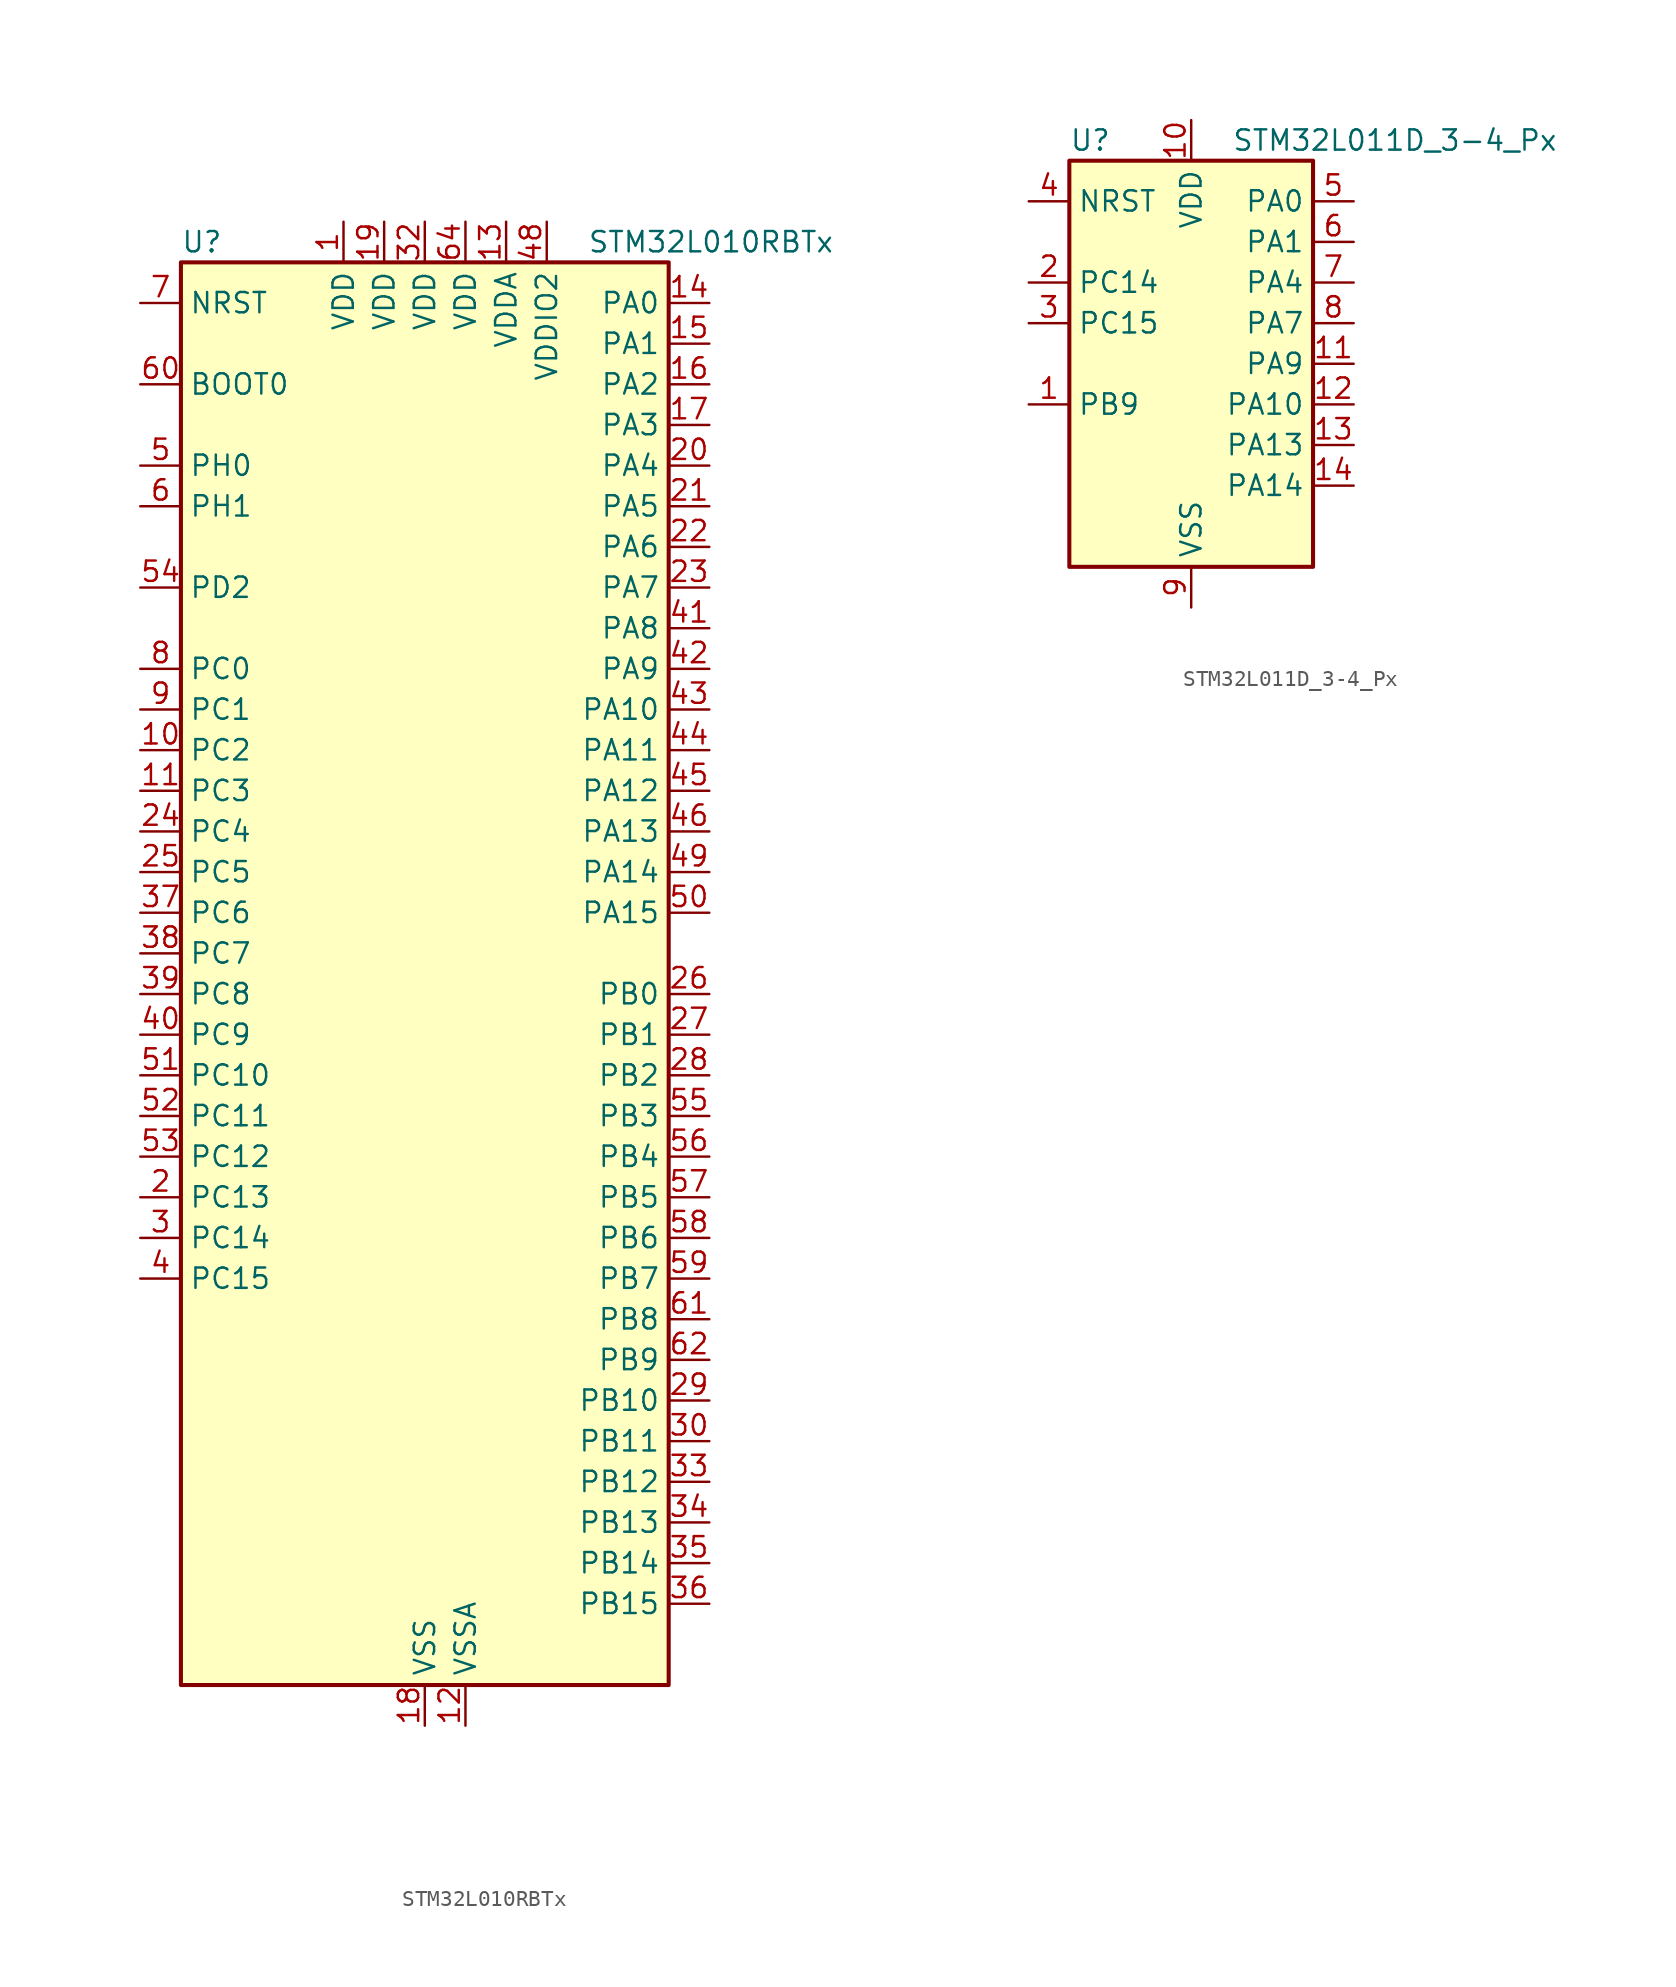
<source format=kicad_sym>
(kicad_symbol_lib
  (version 20231120)
  (generator "kicad_symbol_editor")
  (generator_version "8.0")
  (symbol "STM32L010RBTx"
    (property "Reference" "U"
      (at -15.24 46.99 0)
      (effects (font (size 1.27 1.27)) (justify left)))
    (property "Value" "STM32L010RBTx"
      (at 10.16 46.99 0)
      (effects (font (size 1.27 1.27)) (justify left)))
    (property "ki_locked" ""
      (at 0 0 0)
      (effects (font (size 1.27 1.27))))
    (symbol "STM32L010RBTx_0_1"
      (rectangle (start -15.24 -43.18) (end 15.24 45.72) (stroke (width 0.254) (type default)) (fill (type background))))
    (symbol "STM32L010RBTx_1_1"
      (pin power_in line (at -5.08 48.26 270) (length 2.54) (name "VDD" (effects (font (size 1.27 1.27)))) (number "1" (effects (font (size 1.27 1.27)))))
      (pin bidirectional line (at -17.78 15.24 0) (length 2.54) (name "PC2" (effects (font (size 1.27 1.27)))) (number "10" (effects (font (size 1.27 1.27)))) (alternate "ADC_IN12" bidirectional line) (alternate "LPTIM1_IN2" bidirectional line))
      (pin bidirectional line (at -17.78 12.7 0) (length 2.54) (name "PC3" (effects (font (size 1.27 1.27)))) (number "11" (effects (font (size 1.27 1.27)))) (alternate "ADC_IN13" bidirectional line) (alternate "LPTIM1_ETR" bidirectional line))
      (pin power_in line (at 2.54 -45.72 90) (length 2.54) (name "VSSA" (effects (font (size 1.27 1.27)))) (number "12" (effects (font (size 1.27 1.27)))))
      (pin power_in line (at 5.08 48.26 270) (length 2.54) (name "VDDA" (effects (font (size 1.27 1.27)))) (number "13" (effects (font (size 1.27 1.27)))))
      (pin bidirectional line (at 17.78 43.18 180) (length 2.54) (name "PA0" (effects (font (size 1.27 1.27)))) (number "14" (effects (font (size 1.27 1.27)))) (alternate "ADC_IN0" bidirectional line) (alternate "RTC_TAMP2" bidirectional line) (alternate "SYS_WKUP1" bidirectional line) (alternate "TIM2_CH1" bidirectional line) (alternate "TIM2_ETR" bidirectional line) (alternate "USART2_CTS" bidirectional line))
      (pin bidirectional line (at 17.78 40.64 180) (length 2.54) (name "PA1" (effects (font (size 1.27 1.27)))) (number "15" (effects (font (size 1.27 1.27)))) (alternate "ADC_IN1" bidirectional line) (alternate "TIM21_ETR" bidirectional line) (alternate "TIM2_CH2" bidirectional line) (alternate "USART2_DE" bidirectional line) (alternate "USART2_RTS" bidirectional line))
      (pin bidirectional line (at 17.78 38.1 180) (length 2.54) (name "PA2" (effects (font (size 1.27 1.27)))) (number "16" (effects (font (size 1.27 1.27)))) (alternate "ADC_IN2" bidirectional line) (alternate "LPUART1_TX" bidirectional line) (alternate "TIM21_CH1" bidirectional line) (alternate "TIM2_CH3" bidirectional line) (alternate "USART2_TX" bidirectional line))
      (pin bidirectional line (at 17.78 35.56 180) (length 2.54) (name "PA3" (effects (font (size 1.27 1.27)))) (number "17" (effects (font (size 1.27 1.27)))) (alternate "ADC_IN3" bidirectional line) (alternate "LPUART1_RX" bidirectional line) (alternate "TIM21_CH2" bidirectional line) (alternate "TIM2_CH4" bidirectional line) (alternate "USART2_RX" bidirectional line))
      (pin power_in line (at 0 -45.72 90) (length 2.54) (name "VSS" (effects (font (size 1.27 1.27)))) (number "18" (effects (font (size 1.27 1.27)))))
      (pin power_in line (at -2.54 48.26 270) (length 2.54) (name "VDD" (effects (font (size 1.27 1.27)))) (number "19" (effects (font (size 1.27 1.27)))))
      (pin bidirectional line (at -17.78 -12.7 0) (length 2.54) (name "PC13" (effects (font (size 1.27 1.27)))) (number "2" (effects (font (size 1.27 1.27)))) (alternate "RTC_OUT_ALARM" bidirectional line) (alternate "RTC_OUT_CALIB" bidirectional line) (alternate "RTC_TAMP1" bidirectional line) (alternate "RTC_TS" bidirectional line) (alternate "SYS_WKUP2" bidirectional line))
      (pin bidirectional line (at 17.78 33.02 180) (length 2.54) (name "PA4" (effects (font (size 1.27 1.27)))) (number "20" (effects (font (size 1.27 1.27)))) (alternate "ADC_IN4" bidirectional line) (alternate "SPI1_NSS" bidirectional line) (alternate "TIM22_ETR" bidirectional line) (alternate "USART2_CK" bidirectional line))
      (pin bidirectional line (at 17.78 30.48 180) (length 2.54) (name "PA5" (effects (font (size 1.27 1.27)))) (number "21" (effects (font (size 1.27 1.27)))) (alternate "ADC_IN5" bidirectional line) (alternate "SPI1_SCK" bidirectional line) (alternate "TIM2_CH1" bidirectional line) (alternate "TIM2_ETR" bidirectional line))
      (pin bidirectional line (at 17.78 27.94 180) (length 2.54) (name "PA6" (effects (font (size 1.27 1.27)))) (number "22" (effects (font (size 1.27 1.27)))) (alternate "ADC_IN6" bidirectional line) (alternate "LPUART1_CTS" bidirectional line) (alternate "SPI1_MISO" bidirectional line) (alternate "TIM22_CH1" bidirectional line))
      (pin bidirectional line (at 17.78 25.4 180) (length 2.54) (name "PA7" (effects (font (size 1.27 1.27)))) (number "23" (effects (font (size 1.27 1.27)))) (alternate "ADC_IN7" bidirectional line) (alternate "SPI1_MOSI" bidirectional line) (alternate "TIM22_CH2" bidirectional line))
      (pin bidirectional line (at -17.78 10.16 0) (length 2.54) (name "PC4" (effects (font (size 1.27 1.27)))) (number "24" (effects (font (size 1.27 1.27)))) (alternate "ADC_IN14" bidirectional line) (alternate "LPUART1_TX" bidirectional line))
      (pin bidirectional line (at -17.78 7.62 0) (length 2.54) (name "PC5" (effects (font (size 1.27 1.27)))) (number "25" (effects (font (size 1.27 1.27)))) (alternate "ADC_IN15" bidirectional line) (alternate "LPUART1_RX" bidirectional line))
      (pin bidirectional line (at 17.78 0 180) (length 2.54) (name "PB0" (effects (font (size 1.27 1.27)))) (number "26" (effects (font (size 1.27 1.27)))) (alternate "ADC_IN8" bidirectional line) (alternate "SYS_VREF_OUT_PB0" bidirectional line))
      (pin bidirectional line (at 17.78 -2.54 180) (length 2.54) (name "PB1" (effects (font (size 1.27 1.27)))) (number "27" (effects (font (size 1.27 1.27)))) (alternate "ADC_IN9" bidirectional line) (alternate "LPUART1_DE" bidirectional line) (alternate "LPUART1_RTS" bidirectional line) (alternate "SYS_VREF_OUT_PB1" bidirectional line))
      (pin bidirectional line (at 17.78 -5.08 180) (length 2.54) (name "PB2" (effects (font (size 1.27 1.27)))) (number "28" (effects (font (size 1.27 1.27)))) (alternate "LPTIM1_OUT" bidirectional line))
      (pin bidirectional line (at 17.78 -25.4 180) (length 2.54) (name "PB10" (effects (font (size 1.27 1.27)))) (number "29" (effects (font (size 1.27 1.27)))) (alternate "LPUART1_RX" bidirectional line) (alternate "LPUART1_TX" bidirectional line) (alternate "TIM2_CH3" bidirectional line))
      (pin bidirectional line (at -17.78 -15.24 0) (length 2.54) (name "PC14" (effects (font (size 1.27 1.27)))) (number "3" (effects (font (size 1.27 1.27)))) (alternate "RCC_OSC32_IN" bidirectional line))
      (pin bidirectional line (at 17.78 -27.94 180) (length 2.54) (name "PB11" (effects (font (size 1.27 1.27)))) (number "30" (effects (font (size 1.27 1.27)))) (alternate "ADC_EXTI11" bidirectional line) (alternate "LPUART1_RX" bidirectional line) (alternate "LPUART1_TX" bidirectional line) (alternate "TIM2_CH4" bidirectional line))
      (pin passive line (at 0 -45.72 90) (length 2.54) hide (name "VSS" (effects (font (size 1.27 1.27)))) (number "31" (effects (font (size 1.27 1.27)))))
      (pin power_in line (at 0 48.26 270) (length 2.54) (name "VDD" (effects (font (size 1.27 1.27)))) (number "32" (effects (font (size 1.27 1.27)))))
      (pin bidirectional line (at 17.78 -30.48 180) (length 2.54) (name "PB12" (effects (font (size 1.27 1.27)))) (number "33" (effects (font (size 1.27 1.27)))) (alternate "LPUART1_DE" bidirectional line) (alternate "LPUART1_RTS" bidirectional line))
      (pin bidirectional line (at 17.78 -33.02 180) (length 2.54) (name "PB13" (effects (font (size 1.27 1.27)))) (number "34" (effects (font (size 1.27 1.27)))) (alternate "LPUART1_CTS" bidirectional line) (alternate "RCC_MCO" bidirectional line) (alternate "TIM21_CH1" bidirectional line))
      (pin bidirectional line (at 17.78 -35.56 180) (length 2.54) (name "PB14" (effects (font (size 1.27 1.27)))) (number "35" (effects (font (size 1.27 1.27)))) (alternate "LPUART1_DE" bidirectional line) (alternate "LPUART1_RTS" bidirectional line) (alternate "RTC_OUT_ALARM" bidirectional line) (alternate "RTC_OUT_CALIB" bidirectional line) (alternate "TIM21_CH2" bidirectional line))
      (pin bidirectional line (at 17.78 -38.1 180) (length 2.54) (name "PB15" (effects (font (size 1.27 1.27)))) (number "36" (effects (font (size 1.27 1.27)))) (alternate "RTC_REFIN" bidirectional line))
      (pin bidirectional line (at -17.78 5.08 0) (length 2.54) (name "PC6" (effects (font (size 1.27 1.27)))) (number "37" (effects (font (size 1.27 1.27)))) (alternate "TIM22_CH1" bidirectional line))
      (pin bidirectional line (at -17.78 2.54 0) (length 2.54) (name "PC7" (effects (font (size 1.27 1.27)))) (number "38" (effects (font (size 1.27 1.27)))) (alternate "TIM22_CH2" bidirectional line))
      (pin bidirectional line (at -17.78 0 0) (length 2.54) (name "PC8" (effects (font (size 1.27 1.27)))) (number "39" (effects (font (size 1.27 1.27)))) (alternate "TIM22_ETR" bidirectional line))
      (pin bidirectional line (at -17.78 -17.78 0) (length 2.54) (name "PC15" (effects (font (size 1.27 1.27)))) (number "4" (effects (font (size 1.27 1.27)))) (alternate "RCC_OSC32_OUT" bidirectional line))
      (pin bidirectional line (at -17.78 -2.54 0) (length 2.54) (name "PC9" (effects (font (size 1.27 1.27)))) (number "40" (effects (font (size 1.27 1.27)))) (alternate "TIM21_ETR" bidirectional line))
      (pin bidirectional line (at 17.78 22.86 180) (length 2.54) (name "PA8" (effects (font (size 1.27 1.27)))) (number "41" (effects (font (size 1.27 1.27)))) (alternate "RCC_MCO" bidirectional line))
      (pin bidirectional line (at 17.78 20.32 180) (length 2.54) (name "PA9" (effects (font (size 1.27 1.27)))) (number "42" (effects (font (size 1.27 1.27)))) (alternate "I2C1_SCL" bidirectional line) (alternate "RCC_MCO" bidirectional line))
      (pin bidirectional line (at 17.78 17.78 180) (length 2.54) (name "PA10" (effects (font (size 1.27 1.27)))) (number "43" (effects (font (size 1.27 1.27)))) (alternate "I2C1_SDA" bidirectional line))
      (pin bidirectional line (at 17.78 15.24 180) (length 2.54) (name "PA11" (effects (font (size 1.27 1.27)))) (number "44" (effects (font (size 1.27 1.27)))) (alternate "ADC_EXTI11" bidirectional line) (alternate "SPI1_MISO" bidirectional line))
      (pin bidirectional line (at 17.78 12.7 180) (length 2.54) (name "PA12" (effects (font (size 1.27 1.27)))) (number "45" (effects (font (size 1.27 1.27)))) (alternate "SPI1_MOSI" bidirectional line))
      (pin bidirectional line (at 17.78 10.16 180) (length 2.54) (name "PA13" (effects (font (size 1.27 1.27)))) (number "46" (effects (font (size 1.27 1.27)))) (alternate "LPUART1_RX" bidirectional line) (alternate "SYS_SWDIO" bidirectional line))
      (pin passive line (at 0 -45.72 90) (length 2.54) hide (name "VSS" (effects (font (size 1.27 1.27)))) (number "47" (effects (font (size 1.27 1.27)))))
      (pin power_in line (at 7.62 48.26 270) (length 2.54) (name "VDDIO2" (effects (font (size 1.27 1.27)))) (number "48" (effects (font (size 1.27 1.27)))))
      (pin bidirectional line (at 17.78 7.62 180) (length 2.54) (name "PA14" (effects (font (size 1.27 1.27)))) (number "49" (effects (font (size 1.27 1.27)))) (alternate "LPUART1_TX" bidirectional line) (alternate "SYS_SWCLK" bidirectional line) (alternate "USART2_TX" bidirectional line))
      (pin bidirectional line (at -17.78 33.02 0) (length 2.54) (name "PH0" (effects (font (size 1.27 1.27)))) (number "5" (effects (font (size 1.27 1.27)))) (alternate "RCC_OSC_IN" bidirectional line))
      (pin bidirectional line (at 17.78 5.08 180) (length 2.54) (name "PA15" (effects (font (size 1.27 1.27)))) (number "50" (effects (font (size 1.27 1.27)))) (alternate "SPI1_NSS" bidirectional line) (alternate "TIM2_CH1" bidirectional line) (alternate "TIM2_ETR" bidirectional line) (alternate "USART2_RX" bidirectional line))
      (pin bidirectional line (at -17.78 -5.08 0) (length 2.54) (name "PC10" (effects (font (size 1.27 1.27)))) (number "51" (effects (font (size 1.27 1.27)))) (alternate "LPUART1_TX" bidirectional line))
      (pin bidirectional line (at -17.78 -7.62 0) (length 2.54) (name "PC11" (effects (font (size 1.27 1.27)))) (number "52" (effects (font (size 1.27 1.27)))) (alternate "ADC_EXTI11" bidirectional line) (alternate "LPUART1_RX" bidirectional line))
      (pin bidirectional line (at -17.78 -10.16 0) (length 2.54) (name "PC12" (effects (font (size 1.27 1.27)))) (number "53" (effects (font (size 1.27 1.27)))))
      (pin bidirectional line (at -17.78 25.4 0) (length 2.54) (name "PD2" (effects (font (size 1.27 1.27)))) (number "54" (effects (font (size 1.27 1.27)))) (alternate "LPUART1_DE" bidirectional line) (alternate "LPUART1_RTS" bidirectional line))
      (pin bidirectional line (at 17.78 -7.62 180) (length 2.54) (name "PB3" (effects (font (size 1.27 1.27)))) (number "55" (effects (font (size 1.27 1.27)))) (alternate "SPI1_SCK" bidirectional line) (alternate "TIM2_CH2" bidirectional line))
      (pin bidirectional line (at 17.78 -10.16 180) (length 2.54) (name "PB4" (effects (font (size 1.27 1.27)))) (number "56" (effects (font (size 1.27 1.27)))) (alternate "SPI1_MISO" bidirectional line) (alternate "TIM22_CH1" bidirectional line))
      (pin bidirectional line (at 17.78 -12.7 180) (length 2.54) (name "PB5" (effects (font (size 1.27 1.27)))) (number "57" (effects (font (size 1.27 1.27)))) (alternate "I2C1_SMBA" bidirectional line) (alternate "LPTIM1_IN1" bidirectional line) (alternate "SPI1_MOSI" bidirectional line) (alternate "TIM22_CH2" bidirectional line))
      (pin bidirectional line (at 17.78 -15.24 180) (length 2.54) (name "PB6" (effects (font (size 1.27 1.27)))) (number "58" (effects (font (size 1.27 1.27)))) (alternate "I2C1_SCL" bidirectional line) (alternate "LPTIM1_ETR" bidirectional line))
      (pin bidirectional line (at 17.78 -17.78 180) (length 2.54) (name "PB7" (effects (font (size 1.27 1.27)))) (number "59" (effects (font (size 1.27 1.27)))) (alternate "I2C1_SDA" bidirectional line) (alternate "LPTIM1_IN2" bidirectional line) (alternate "SYS_PVD_IN" bidirectional line))
      (pin bidirectional line (at -17.78 30.48 0) (length 2.54) (name "PH1" (effects (font (size 1.27 1.27)))) (number "6" (effects (font (size 1.27 1.27)))) (alternate "RCC_OSC_OUT" bidirectional line))
      (pin input line (at -17.78 38.1 0) (length 2.54) (name "BOOT0" (effects (font (size 1.27 1.27)))) (number "60" (effects (font (size 1.27 1.27)))))
      (pin bidirectional line (at 17.78 -20.32 180) (length 2.54) (name "PB8" (effects (font (size 1.27 1.27)))) (number "61" (effects (font (size 1.27 1.27)))) (alternate "I2C1_SCL" bidirectional line))
      (pin bidirectional line (at 17.78 -22.86 180) (length 2.54) (name "PB9" (effects (font (size 1.27 1.27)))) (number "62" (effects (font (size 1.27 1.27)))) (alternate "I2C1_SDA" bidirectional line))
      (pin passive line (at 0 -45.72 90) (length 2.54) hide (name "VSS" (effects (font (size 1.27 1.27)))) (number "63" (effects (font (size 1.27 1.27)))))
      (pin power_in line (at 2.54 48.26 270) (length 2.54) (name "VDD" (effects (font (size 1.27 1.27)))) (number "64" (effects (font (size 1.27 1.27)))))
      (pin input line (at -17.78 43.18 0) (length 2.54) (name "NRST" (effects (font (size 1.27 1.27)))) (number "7" (effects (font (size 1.27 1.27)))))
      (pin bidirectional line (at -17.78 20.32 0) (length 2.54) (name "PC0" (effects (font (size 1.27 1.27)))) (number "8" (effects (font (size 1.27 1.27)))) (alternate "ADC_IN10" bidirectional line) (alternate "LPTIM1_IN1" bidirectional line) (alternate "LPUART1_RX" bidirectional line))
      (pin bidirectional line (at -17.78 17.78 0) (length 2.54) (name "PC1" (effects (font (size 1.27 1.27)))) (number "9" (effects (font (size 1.27 1.27)))) (alternate "ADC_IN11" bidirectional line) (alternate "LPTIM1_OUT" bidirectional line) (alternate "LPUART1_TX" bidirectional line))))
  (symbol "STM32L011D_3-4_Px"
    (property "Reference" "U"
      (at -7.62 13.97 0)
      (effects (font (size 1.27 1.27)) (justify left)))
    (property "Value" "STM32L011D_3-4_Px"
      (at 2.54 13.97 0)
      (effects (font (size 1.27 1.27)) (justify left)))
    (property "ki_locked" ""
      (at 0 0 0)
      (effects (font (size 1.27 1.27))))
    (symbol "STM32L011D_3-4_Px_0_1"
      (rectangle (start -7.62 -12.7) (end 7.62 12.7) (stroke (width 0.254) (type default)) (fill (type background))))
    (symbol "STM32L011D_3-4_Px_1_1"
      (pin bidirectional line (at -10.16 -2.54 0) (length 2.54) (name "PB9" (effects (font (size 1.27 1.27)))) (number "1" (effects (font (size 1.27 1.27)))))
      (pin power_in line (at 0 15.24 270) (length 2.54) (name "VDD" (effects (font (size 1.27 1.27)))) (number "10" (effects (font (size 1.27 1.27)))))
      (pin bidirectional line (at 10.16 0 180) (length 2.54) (name "PA9" (effects (font (size 1.27 1.27)))) (number "11" (effects (font (size 1.27 1.27)))) (alternate "COMP1_OUT" bidirectional line) (alternate "I2C1_SCL" bidirectional line) (alternate "LPTIM1_OUT" bidirectional line) (alternate "RCC_MCO" bidirectional line) (alternate "TIM21_CH2" bidirectional line) (alternate "USART2_TX" bidirectional line))
      (pin bidirectional line (at 10.16 -2.54 180) (length 2.54) (name "PA10" (effects (font (size 1.27 1.27)))) (number "12" (effects (font (size 1.27 1.27)))) (alternate "COMP1_OUT" bidirectional line) (alternate "I2C1_SDA" bidirectional line) (alternate "RTC_REFIN" bidirectional line) (alternate "TIM21_CH1" bidirectional line) (alternate "TIM2_CH3" bidirectional line) (alternate "USART2_RX" bidirectional line))
      (pin bidirectional line (at 10.16 -5.08 180) (length 2.54) (name "PA13" (effects (font (size 1.27 1.27)))) (number "13" (effects (font (size 1.27 1.27)))) (alternate "COMP1_OUT" bidirectional line) (alternate "I2C1_SDA" bidirectional line) (alternate "LPTIM1_ETR" bidirectional line) (alternate "LPUART1_RX" bidirectional line) (alternate "SPI1_SCK" bidirectional line) (alternate "SYS_SWDIO" bidirectional line))
      (pin bidirectional line (at 10.16 -7.62 180) (length 2.54) (name "PA14" (effects (font (size 1.27 1.27)))) (number "14" (effects (font (size 1.27 1.27)))) (alternate "COMP2_OUT" bidirectional line) (alternate "I2C1_SMBA" bidirectional line) (alternate "LPTIM1_OUT" bidirectional line) (alternate "LPUART1_TX" bidirectional line) (alternate "SPI1_MISO" bidirectional line) (alternate "SYS_SWCLK" bidirectional line) (alternate "USART2_TX" bidirectional line))
      (pin bidirectional line (at -10.16 5.08 0) (length 2.54) (name "PC14" (effects (font (size 1.27 1.27)))) (number "2" (effects (font (size 1.27 1.27)))) (alternate "RCC_OSC32_IN" bidirectional line))
      (pin bidirectional line (at -10.16 2.54 0) (length 2.54) (name "PC15" (effects (font (size 1.27 1.27)))) (number "3" (effects (font (size 1.27 1.27)))) (alternate "RCC_OSC32_OUT" bidirectional line))
      (pin input line (at -10.16 10.16 0) (length 2.54) (name "NRST" (effects (font (size 1.27 1.27)))) (number "4" (effects (font (size 1.27 1.27)))))
      (pin bidirectional line (at 10.16 10.16 180) (length 2.54) (name "PA0" (effects (font (size 1.27 1.27)))) (number "5" (effects (font (size 1.27 1.27)))) (alternate "ADC_IN0" bidirectional line) (alternate "COMP1_INM" bidirectional line) (alternate "COMP1_OUT" bidirectional line) (alternate "LPTIM1_IN1" bidirectional line) (alternate "LPUART1_RX" bidirectional line) (alternate "RCC_CK_IN" bidirectional line) (alternate "RTC_TAMP2" bidirectional line) (alternate "SYS_WKUP1" bidirectional line) (alternate "TIM2_CH1" bidirectional line) (alternate "TIM2_ETR" bidirectional line) (alternate "USART2_CTS" bidirectional line) (alternate "USART2_RX" bidirectional line))
      (pin bidirectional line (at 10.16 7.62 180) (length 2.54) (name "PA1" (effects (font (size 1.27 1.27)))) (number "6" (effects (font (size 1.27 1.27)))) (alternate "ADC_IN1" bidirectional line) (alternate "COMP1_INP" bidirectional line) (alternate "I2C1_SMBA" bidirectional line) (alternate "LPTIM1_IN2" bidirectional line) (alternate "LPUART1_TX" bidirectional line) (alternate "TIM21_ETR" bidirectional line) (alternate "TIM2_CH2" bidirectional line) (alternate "USART2_DE" bidirectional line) (alternate "USART2_RTS" bidirectional line))
      (pin bidirectional line (at 10.16 5.08 180) (length 2.54) (name "PA4" (effects (font (size 1.27 1.27)))) (number "7" (effects (font (size 1.27 1.27)))) (alternate "ADC_IN4" bidirectional line) (alternate "COMP1_INM" bidirectional line) (alternate "COMP2_INM" bidirectional line) (alternate "COMP2_OUT" bidirectional line) (alternate "I2C1_SCL" bidirectional line) (alternate "LPTIM1_ETR" bidirectional line) (alternate "LPTIM1_IN1" bidirectional line) (alternate "LPUART1_TX" bidirectional line) (alternate "SPI1_NSS" bidirectional line) (alternate "TIM2_ETR" bidirectional line) (alternate "USART2_CK" bidirectional line))
      (pin bidirectional line (at 10.16 2.54 180) (length 2.54) (name "PA7" (effects (font (size 1.27 1.27)))) (number "8" (effects (font (size 1.27 1.27)))) (alternate "ADC_IN7" bidirectional line) (alternate "COMP2_INP" bidirectional line) (alternate "COMP2_OUT" bidirectional line) (alternate "LPTIM1_OUT" bidirectional line) (alternate "SPI1_MOSI" bidirectional line) (alternate "TIM21_ETR" bidirectional line) (alternate "USART2_CTS" bidirectional line))
      (pin power_in line (at 0 -15.24 90) (length 2.54) (name "VSS" (effects (font (size 1.27 1.27)))) (number "9" (effects (font (size 1.27 1.27))))))))
</source>
